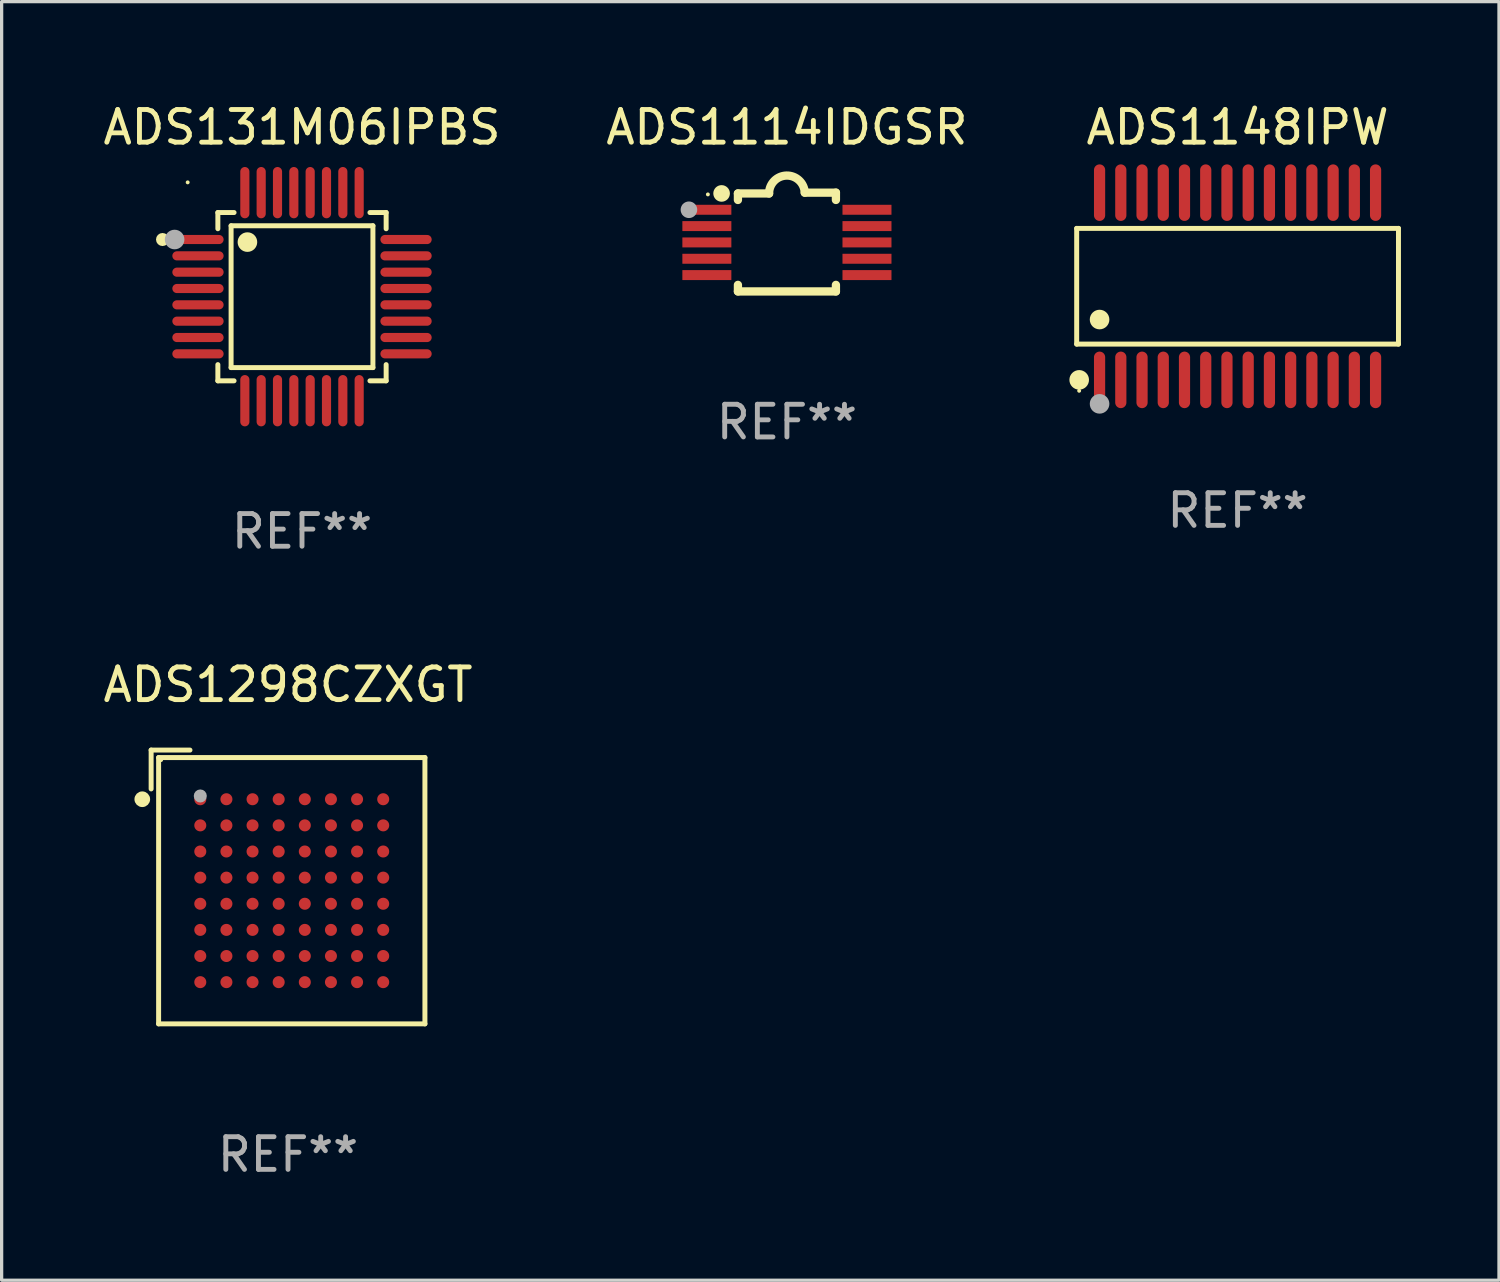
<source format=kicad_pcb>
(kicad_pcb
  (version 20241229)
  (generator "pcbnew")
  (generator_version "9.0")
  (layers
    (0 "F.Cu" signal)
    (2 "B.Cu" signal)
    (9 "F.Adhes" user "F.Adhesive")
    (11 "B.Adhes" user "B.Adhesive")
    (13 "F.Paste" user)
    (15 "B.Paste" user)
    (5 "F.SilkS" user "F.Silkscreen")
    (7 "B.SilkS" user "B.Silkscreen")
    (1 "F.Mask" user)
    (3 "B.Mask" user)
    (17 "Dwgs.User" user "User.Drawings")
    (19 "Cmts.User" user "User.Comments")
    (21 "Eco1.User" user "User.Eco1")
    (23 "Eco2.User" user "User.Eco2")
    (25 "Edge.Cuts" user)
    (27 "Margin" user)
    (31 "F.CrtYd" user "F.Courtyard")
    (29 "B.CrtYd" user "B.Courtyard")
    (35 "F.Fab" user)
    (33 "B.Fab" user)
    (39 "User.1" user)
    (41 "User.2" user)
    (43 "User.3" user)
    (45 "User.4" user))
  (footprint "ADS1114IDGSR"
    (layer "F.Cu")
    (at 21.042 4.36)
    (property "Reference" "ADS1114IDGSR" (at 0 -3.512 0) (layer "F.SilkS") (effects (font (size 1 1) (thickness 0.15))))
    (attr through_hole)
    (fp_line (start -1.5 -1.288) (end -1.5 -1.487) (stroke (width 0.254) (type solid)) (layer "F.SilkS"))
    (fp_line (start -1.5 1.512) (end -1.5 1.312) (stroke (width 0.254) (type solid)) (layer "F.SilkS"))
    (fp_line (start -0.546 -1.487) (end -1.5 -1.487) (stroke (width 0.254) (type solid)) (layer "F.SilkS"))
    (fp_line (start 1.5 -1.512) (end 0.546 -1.512) (stroke (width 0.254) (type solid)) (layer "F.SilkS"))
    (fp_line (start 1.5 -1.288) (end 1.5 -1.512) (stroke (width 0.254) (type solid)) (layer "F.SilkS"))
    (fp_line (start 1.5 1.512) (end -1.5 1.512) (stroke (width 0.254) (type solid)) (layer "F.SilkS"))
    (fp_line (start 1.5 1.512) (end 1.5 1.312) (stroke (width 0.254) (type solid)) (layer "F.SilkS"))
    (fp_arc (start -0.546151 -1.486601) (mid -0.01246 -2.032889) (end 0.54605 -1.512002) (stroke (width 0.254001) (type solid)) (layer "F.SilkS"))
    (fp_circle (center -2.42 -1.458) (end -2.39 -1.458) (stroke (width 0.06) (type solid)) (fill no) (layer "F.SilkS"))
    (fp_circle (center -2 -1.488) (end -1.873 -1.488) (stroke (width 0.254) (type solid)) (fill no) (layer "F.SilkS"))
    (fp_circle (center -3 -0.988) (end -2.873 -0.988) (stroke (width 0.254) (type solid)) (fill no) (layer "F.Fab"))
    (fp_text user "REF**" (at 0 5.512 0) (layer "F.Fab") (effects (font (size 1 1) (thickness 0.15))))
    (pad "1" smd rect (at -2.451 -0.988) (size 1.5 0.305) (layers "F.Cu" "F.Mask" "F.Paste"))
    (pad "2" smd rect (at -2.451 -0.488) (size 1.5 0.305) (layers "F.Cu" "F.Mask" "F.Paste"))
    (pad "3" smd rect (at -2.451 0.012) (size 1.5 0.305) (layers "F.Cu" "F.Mask" "F.Paste"))
    (pad "4" smd rect (at -2.451 0.512) (size 1.5 0.305) (layers "F.Cu" "F.Mask" "F.Paste"))
    (pad "5" smd rect (at -2.451 1.012) (size 1.5 0.305) (layers "F.Cu" "F.Mask" "F.Paste"))
    (pad "6" smd rect (at 2.451 1.012) (size 1.5 0.305) (layers "F.Cu" "F.Mask" "F.Paste"))
    (pad "7" smd rect (at 2.451 0.512) (size 1.5 0.305) (layers "F.Cu" "F.Mask" "F.Paste"))
    (pad "8" smd rect (at 2.451 0.012) (size 1.5 0.305) (layers "F.Cu" "F.Mask" "F.Paste"))
    (pad "9" smd rect (at 2.451 -0.488) (size 1.5 0.305) (layers "F.Cu" "F.Mask" "F.Paste"))
    (pad "10" smd rect (at 2.451 -0.988) (size 1.5 0.305) (layers "F.Cu" "F.Mask" "F.Paste")))
  (footprint "ADS1298CZXGT"
    (layer "F.Cu")
    (at 5.768 24.105)
    (property "Reference" "ADS1298CZXGT" (at 0 -6.191 0) (layer "F.SilkS") (effects (font (size 1 1) (thickness 0.15))))
    (attr through_hole)
    (fp_line (start -4.191 -4.191) (end -3.002 -4.191) (stroke (width 0.152) (type solid)) (layer "F.SilkS"))
    (fp_line (start -4.191 -3.002) (end -4.191 -4.191) (stroke (width 0.152) (type solid)) (layer "F.SilkS"))
    (fp_line (start -3.962 -3.962) (end 4.191 -3.962) (stroke (width 0.152) (type solid)) (layer "F.SilkS"))
    (fp_line (start -3.962 4.191) (end -3.962 -3.962) (stroke (width 0.152) (type solid)) (layer "F.SilkS"))
    (fp_line (start 4.191 -3.962) (end 4.191 4.191) (stroke (width 0.152) (type solid)) (layer "F.SilkS"))
    (fp_line (start 4.191 4.191) (end -3.962 4.191) (stroke (width 0.152) (type solid)) (layer "F.SilkS"))
    (fp_circle (center -4.462 -2.686) (end -4.342 -2.686) (stroke (width 0.24) (type solid)) (fill no) (layer "F.SilkS"))
    (fp_circle (center -3.886 -3.886) (end -3.856 -3.886) (stroke (width 0.06) (type solid)) (fill no) (layer "F.SilkS"))
    (fp_circle (center -2.686 -2.786) (end -2.586 -2.786) (stroke (width 0.2) (type solid)) (fill no) (layer "F.Fab"))
    (fp_text user "REF**" (at 0 8.191 0) (layer "F.Fab") (effects (font (size 1 1) (thickness 0.15))))
    (pad "A1" smd circle (at -2.686 -2.686) (size 0.368 0.368) (layers "F.Cu" "F.Mask" "F.Paste"))
    (pad "A2" smd circle (at -1.886 -2.686) (size 0.368 0.368) (layers "F.Cu" "F.Mask" "F.Paste"))
    (pad "A3" smd circle (at -1.086 -2.686) (size 0.368 0.368) (layers "F.Cu" "F.Mask" "F.Paste"))
    (pad "A4" smd circle (at -0.286 -2.686) (size 0.368 0.368) (layers "F.Cu" "F.Mask" "F.Paste"))
    (pad "A5" smd circle (at 0.514 -2.686) (size 0.368 0.368) (layers "F.Cu" "F.Mask" "F.Paste"))
    (pad "A6" smd circle (at 1.314 -2.686) (size 0.368 0.368) (layers "F.Cu" "F.Mask" "F.Paste"))
    (pad "A7" smd circle (at 2.114 -2.686) (size 0.368 0.368) (layers "F.Cu" "F.Mask" "F.Paste"))
    (pad "A8" smd circle (at 2.914 -2.686) (size 0.368 0.368) (layers "F.Cu" "F.Mask" "F.Paste"))
    (pad "B1" smd circle (at -2.686 -1.886) (size 0.368 0.368) (layers "F.Cu" "F.Mask" "F.Paste"))
    (pad "B2" smd circle (at -1.886 -1.886) (size 0.368 0.368) (layers "F.Cu" "F.Mask" "F.Paste"))
    (pad "B3" smd circle (at -1.086 -1.886) (size 0.368 0.368) (layers "F.Cu" "F.Mask" "F.Paste"))
    (pad "B4" smd circle (at -0.286 -1.886) (size 0.368 0.368) (layers "F.Cu" "F.Mask" "F.Paste"))
    (pad "B5" smd circle (at 0.514 -1.886) (size 0.368 0.368) (layers "F.Cu" "F.Mask" "F.Paste"))
    (pad "B6" smd circle (at 1.314 -1.886) (size 0.368 0.368) (layers "F.Cu" "F.Mask" "F.Paste"))
    (pad "B7" smd circle (at 2.114 -1.886) (size 0.368 0.368) (layers "F.Cu" "F.Mask" "F.Paste"))
    (pad "B8" smd circle (at 2.914 -1.886) (size 0.368 0.368) (layers "F.Cu" "F.Mask" "F.Paste"))
    (pad "C1" smd circle (at -2.686 -1.086) (size 0.368 0.368) (layers "F.Cu" "F.Mask" "F.Paste"))
    (pad "C2" smd circle (at -1.886 -1.086) (size 0.368 0.368) (layers "F.Cu" "F.Mask" "F.Paste"))
    (pad "C3" smd circle (at -1.086 -1.086) (size 0.368 0.368) (layers "F.Cu" "F.Mask" "F.Paste"))
    (pad "C4" smd circle (at -0.286 -1.086) (size 0.368 0.368) (layers "F.Cu" "F.Mask" "F.Paste"))
    (pad "C5" smd circle (at 0.514 -1.086) (size 0.368 0.368) (layers "F.Cu" "F.Mask" "F.Paste"))
    (pad "C6" smd circle (at 1.314 -1.086) (size 0.368 0.368) (layers "F.Cu" "F.Mask" "F.Paste"))
    (pad "C7" smd circle (at 2.114 -1.086) (size 0.368 0.368) (layers "F.Cu" "F.Mask" "F.Paste"))
    (pad "C8" smd circle (at 2.914 -1.086) (size 0.368 0.368) (layers "F.Cu" "F.Mask" "F.Paste"))
    (pad "D1" smd circle (at -2.686 -0.286) (size 0.368 0.368) (layers "F.Cu" "F.Mask" "F.Paste"))
    (pad "D2" smd circle (at -1.886 -0.286) (size 0.368 0.368) (layers "F.Cu" "F.Mask" "F.Paste"))
    (pad "D3" smd circle (at -1.086 -0.286) (size 0.368 0.368) (layers "F.Cu" "F.Mask" "F.Paste"))
    (pad "D4" smd circle (at -0.286 -0.286) (size 0.368 0.368) (layers "F.Cu" "F.Mask" "F.Paste"))
    (pad "D5" smd circle (at 0.514 -0.286) (size 0.368 0.368) (layers "F.Cu" "F.Mask" "F.Paste"))
    (pad "D6" smd circle (at 1.314 -0.286) (size 0.368 0.368) (layers "F.Cu" "F.Mask" "F.Paste"))
    (pad "D7" smd circle (at 2.114 -0.286) (size 0.368 0.368) (layers "F.Cu" "F.Mask" "F.Paste"))
    (pad "D8" smd circle (at 2.914 -0.286) (size 0.368 0.368) (layers "F.Cu" "F.Mask" "F.Paste"))
    (pad "E1" smd circle (at -2.686 0.514) (size 0.368 0.368) (layers "F.Cu" "F.Mask" "F.Paste"))
    (pad "E2" smd circle (at -1.886 0.514) (size 0.368 0.368) (layers "F.Cu" "F.Mask" "F.Paste"))
    (pad "E3" smd circle (at -1.086 0.514) (size 0.368 0.368) (layers "F.Cu" "F.Mask" "F.Paste"))
    (pad "E4" smd circle (at -0.286 0.514) (size 0.368 0.368) (layers "F.Cu" "F.Mask" "F.Paste"))
    (pad "E5" smd circle (at 0.514 0.514) (size 0.368 0.368) (layers "F.Cu" "F.Mask" "F.Paste"))
    (pad "E6" smd circle (at 1.314 0.514) (size 0.368 0.368) (layers "F.Cu" "F.Mask" "F.Paste"))
    (pad "E7" smd circle (at 2.114 0.514) (size 0.368 0.368) (layers "F.Cu" "F.Mask" "F.Paste"))
    (pad "E8" smd circle (at 2.914 0.514) (size 0.368 0.368) (layers "F.Cu" "F.Mask" "F.Paste"))
    (pad "F1" smd circle (at -2.686 1.314) (size 0.368 0.368) (layers "F.Cu" "F.Mask" "F.Paste"))
    (pad "F2" smd circle (at -1.886 1.314) (size 0.368 0.368) (layers "F.Cu" "F.Mask" "F.Paste"))
    (pad "F3" smd circle (at -1.086 1.314) (size 0.368 0.368) (layers "F.Cu" "F.Mask" "F.Paste"))
    (pad "F4" smd circle (at -0.286 1.314) (size 0.368 0.368) (layers "F.Cu" "F.Mask" "F.Paste"))
    (pad "F5" smd circle (at 0.514 1.314) (size 0.368 0.368) (layers "F.Cu" "F.Mask" "F.Paste"))
    (pad "F6" smd circle (at 1.314 1.314) (size 0.368 0.368) (layers "F.Cu" "F.Mask" "F.Paste"))
    (pad "F7" smd circle (at 2.114 1.314) (size 0.368 0.368) (layers "F.Cu" "F.Mask" "F.Paste"))
    (pad "F8" smd circle (at 2.914 1.314) (size 0.368 0.368) (layers "F.Cu" "F.Mask" "F.Paste"))
    (pad "G1" smd circle (at -2.686 2.114) (size 0.368 0.368) (layers "F.Cu" "F.Mask" "F.Paste"))
    (pad "G2" smd circle (at -1.886 2.114) (size 0.368 0.368) (layers "F.Cu" "F.Mask" "F.Paste"))
    (pad "G3" smd circle (at -1.086 2.114) (size 0.368 0.368) (layers "F.Cu" "F.Mask" "F.Paste"))
    (pad "G4" smd circle (at -0.286 2.114) (size 0.368 0.368) (layers "F.Cu" "F.Mask" "F.Paste"))
    (pad "G5" smd circle (at 0.514 2.114) (size 0.368 0.368) (layers "F.Cu" "F.Mask" "F.Paste"))
    (pad "G6" smd circle (at 1.314 2.114) (size 0.368 0.368) (layers "F.Cu" "F.Mask" "F.Paste"))
    (pad "G7" smd circle (at 2.114 2.114) (size 0.368 0.368) (layers "F.Cu" "F.Mask" "F.Paste"))
    (pad "G8" smd circle (at 2.914 2.114) (size 0.368 0.368) (layers "F.Cu" "F.Mask" "F.Paste"))
    (pad "H1" smd circle (at -2.686 2.914) (size 0.368 0.368) (layers "F.Cu" "F.Mask" "F.Paste"))
    (pad "H2" smd circle (at -1.886 2.914) (size 0.368 0.368) (layers "F.Cu" "F.Mask" "F.Paste"))
    (pad "H3" smd circle (at -1.086 2.914) (size 0.368 0.368) (layers "F.Cu" "F.Mask" "F.Paste"))
    (pad "H4" smd circle (at -0.286 2.914) (size 0.368 0.368) (layers "F.Cu" "F.Mask" "F.Paste"))
    (pad "H5" smd circle (at 0.514 2.914) (size 0.368 0.368) (layers "F.Cu" "F.Mask" "F.Paste"))
    (pad "H6" smd circle (at 1.314 2.914) (size 0.368 0.368) (layers "F.Cu" "F.Mask" "F.Paste"))
    (pad "H7" smd circle (at 2.114 2.914) (size 0.368 0.368) (layers "F.Cu" "F.Mask" "F.Paste"))
    (pad "H8" smd circle (at 2.914 2.914) (size 0.368 0.368) (layers "F.Cu" "F.Mask" "F.Paste")))
  (footprint "ADS131M06IPBS"
    (layer "F.Cu")
    (at 6.196 6.033)
    (property "Reference" "ADS131M06IPBS" (at 0 -5.185 0) (layer "F.SilkS") (effects (font (size 1 1) (thickness 0.15))))
    (attr through_hole)
    (fp_line (start -2.576 -2.576) (end -2.576 -2.08) (stroke (width 0.152) (type solid)) (layer "F.SilkS"))
    (fp_line (start -2.576 2.576) (end -2.576 2.08) (stroke (width 0.152) (type solid)) (layer "F.SilkS"))
    (fp_line (start -2.171 -2.171) (end 2.171 -2.171) (stroke (width 0.152) (type solid)) (layer "F.SilkS"))
    (fp_line (start -2.171 2.171) (end -2.171 -2.171) (stroke (width 0.152) (type solid)) (layer "F.SilkS"))
    (fp_line (start -2.08 -2.576) (end -2.576 -2.576) (stroke (width 0.152) (type solid)) (layer "F.SilkS"))
    (fp_line (start -2.08 2.576) (end -2.576 2.576) (stroke (width 0.152) (type solid)) (layer "F.SilkS"))
    (fp_line (start 2.08 -2.576) (end 2.576 -2.576) (stroke (width 0.152) (type solid)) (layer "F.SilkS"))
    (fp_line (start 2.08 2.576) (end 2.576 2.576) (stroke (width 0.152) (type solid)) (layer "F.SilkS"))
    (fp_line (start 2.171 -2.171) (end 2.171 2.171) (stroke (width 0.152) (type solid)) (layer "F.SilkS"))
    (fp_line (start 2.171 2.171) (end -2.171 2.171) (stroke (width 0.152) (type solid)) (layer "F.SilkS"))
    (fp_line (start 2.576 -2.576) (end 2.576 -2.08) (stroke (width 0.152) (type solid)) (layer "F.SilkS"))
    (fp_line (start 2.576 2.576) (end 2.576 2.08) (stroke (width 0.152) (type solid)) (layer "F.SilkS"))
    (fp_circle (center -4.27 -1.75) (end -4.17 -1.75) (stroke (width 0.2) (type solid)) (fill no) (layer "F.SilkS"))
    (fp_circle (center -3.5 -3.5) (end -3.47 -3.5) (stroke (width 0.06) (type solid)) (fill no) (layer "F.SilkS"))
    (fp_circle (center -1.671 -1.671) (end -1.521 -1.671) (stroke (width 0.3) (type solid)) (fill no) (layer "F.SilkS"))
    (fp_circle (center -3.9 -1.75) (end -3.75 -1.75) (stroke (width 0.3) (type solid)) (fill no) (layer "F.Fab"))
    (fp_text user "REF**" (at 0 7.185 0) (layer "F.Fab") (effects (font (size 1 1) (thickness 0.15))))
    (pad "1" smd oval (at -3.185 -1.75 270) (size 0.28 1.57) (layers "F.Cu" "F.Mask" "F.Paste"))
    (pad "2" smd oval (at -3.185 -1.25 270) (size 0.28 1.57) (layers "F.Cu" "F.Mask" "F.Paste"))
    (pad "3" smd oval (at -3.185 -0.75 270) (size 0.28 1.57) (layers "F.Cu" "F.Mask" "F.Paste"))
    (pad "4" smd oval (at -3.185 -0.25 270) (size 0.28 1.57) (layers "F.Cu" "F.Mask" "F.Paste"))
    (pad "5" smd oval (at -3.185 0.25 270) (size 0.28 1.57) (layers "F.Cu" "F.Mask" "F.Paste"))
    (pad "6" smd oval (at -3.185 0.75 270) (size 0.28 1.57) (layers "F.Cu" "F.Mask" "F.Paste"))
    (pad "7" smd oval (at -3.185 1.25 270) (size 0.28 1.57) (layers "F.Cu" "F.Mask" "F.Paste"))
    (pad "8" smd oval (at -3.185 1.75 270) (size 0.28 1.57) (layers "F.Cu" "F.Mask" "F.Paste"))
    (pad "9" smd oval (at -1.75 3.185 270) (size 1.57 0.28) (layers "F.Cu" "F.Mask" "F.Paste"))
    (pad "10" smd oval (at -1.25 3.185 270) (size 1.57 0.28) (layers "F.Cu" "F.Mask" "F.Paste"))
    (pad "11" smd oval (at -0.75 3.185 270) (size 1.57 0.28) (layers "F.Cu" "F.Mask" "F.Paste"))
    (pad "12" smd oval (at -0.25 3.185 270) (size 1.57 0.28) (layers "F.Cu" "F.Mask" "F.Paste"))
    (pad "13" smd oval (at 0.25 3.185 270) (size 1.57 0.28) (layers "F.Cu" "F.Mask" "F.Paste"))
    (pad "14" smd oval (at 0.75 3.185 270) (size 1.57 0.28) (layers "F.Cu" "F.Mask" "F.Paste"))
    (pad "15" smd oval (at 1.25 3.185 270) (size 1.57 0.28) (layers "F.Cu" "F.Mask" "F.Paste"))
    (pad "16" smd oval (at 1.75 3.185 270) (size 1.57 0.28) (layers "F.Cu" "F.Mask" "F.Paste"))
    (pad "17" smd oval (at 3.185 1.75 270) (size 0.28 1.57) (layers "F.Cu" "F.Mask" "F.Paste"))
    (pad "18" smd oval (at 3.185 1.25 270) (size 0.28 1.57) (layers "F.Cu" "F.Mask" "F.Paste"))
    (pad "19" smd oval (at 3.185 0.75 270) (size 0.28 1.57) (layers "F.Cu" "F.Mask" "F.Paste"))
    (pad "20" smd oval (at 3.185 0.25 270) (size 0.28 1.57) (layers "F.Cu" "F.Mask" "F.Paste"))
    (pad "21" smd oval (at 3.185 -0.25 270) (size 0.28 1.57) (layers "F.Cu" "F.Mask" "F.Paste"))
    (pad "22" smd oval (at 3.185 -0.75 270) (size 0.28 1.57) (layers "F.Cu" "F.Mask" "F.Paste"))
    (pad "23" smd oval (at 3.185 -1.25 270) (size 0.28 1.57) (layers "F.Cu" "F.Mask" "F.Paste"))
    (pad "24" smd oval (at 3.185 -1.75 270) (size 0.28 1.57) (layers "F.Cu" "F.Mask" "F.Paste"))
    (pad "25" smd oval (at 1.75 -3.185 270) (size 1.57 0.28) (layers "F.Cu" "F.Mask" "F.Paste"))
    (pad "26" smd oval (at 1.25 -3.185 270) (size 1.57 0.28) (layers "F.Cu" "F.Mask" "F.Paste"))
    (pad "27" smd oval (at 0.75 -3.185 270) (size 1.57 0.28) (layers "F.Cu" "F.Mask" "F.Paste"))
    (pad "28" smd oval (at 0.25 -3.185 270) (size 1.57 0.28) (layers "F.Cu" "F.Mask" "F.Paste"))
    (pad "29" smd oval (at -0.25 -3.185 270) (size 1.57 0.28) (layers "F.Cu" "F.Mask" "F.Paste"))
    (pad "30" smd oval (at -0.75 -3.185 270) (size 1.57 0.28) (layers "F.Cu" "F.Mask" "F.Paste"))
    (pad "31" smd oval (at -1.25 -3.185 270) (size 1.57 0.28) (layers "F.Cu" "F.Mask" "F.Paste"))
    (pad "32" smd oval (at -1.75 -3.185 270) (size 1.57 0.28) (layers "F.Cu" "F.Mask" "F.Paste")))
  (footprint "ADS1148IPW"
    (layer "F.Cu")
    (at 34.839 5.714)
    (property "Reference" "ADS1148IPW" (at 0 -4.866 0) (layer "F.SilkS") (effects (font (size 1 1) (thickness 0.15))))
    (attr through_hole)
    (fp_line (start -4.926 -1.772) (end 4.926 -1.772) (stroke (width 0.152) (type solid)) (layer "F.SilkS"))
    (fp_line (start -4.926 1.771) (end -4.926 -1.772) (stroke (width 0.152) (type solid)) (layer "F.SilkS"))
    (fp_line (start 4.926 -1.772) (end 4.926 1.771) (stroke (width 0.152) (type solid)) (layer "F.SilkS"))
    (fp_line (start 4.926 1.771) (end -4.926 1.771) (stroke (width 0.152) (type solid)) (layer "F.SilkS"))
    (fp_circle (center -4.85 3.2) (end -4.82 3.2) (stroke (width 0.06) (type solid)) (fill no) (layer "F.SilkS"))
    (fp_circle (center -4.849 2.866) (end -4.699 2.866) (stroke (width 0.3) (type solid)) (fill no) (layer "F.SilkS"))
    (fp_circle (center -4.225 1.019) (end -4.075 1.019) (stroke (width 0.3) (type solid)) (fill no) (layer "F.SilkS"))
    (fp_circle (center -4.225 3.6) (end -4.075 3.6) (stroke (width 0.3) (type solid)) (fill no) (layer "F.Fab"))
    (fp_text user "REF**" (at 0 6.866 0) (layer "F.Fab") (effects (font (size 1 1) (thickness 0.15))))
    (pad "1" smd oval (at -4.225 2.866) (size 0.343 1.731) (layers "F.Cu" "F.Mask" "F.Paste"))
    (pad "2" smd oval (at -3.575 2.866) (size 0.343 1.731) (layers "F.Cu" "F.Mask" "F.Paste"))
    (pad "3" smd oval (at -2.925 2.866) (size 0.343 1.731) (layers "F.Cu" "F.Mask" "F.Paste"))
    (pad "4" smd oval (at -2.275 2.866) (size 0.343 1.731) (layers "F.Cu" "F.Mask" "F.Paste"))
    (pad "5" smd oval (at -1.625 2.866) (size 0.343 1.731) (layers "F.Cu" "F.Mask" "F.Paste"))
    (pad "6" smd oval (at -0.975 2.866) (size 0.343 1.731) (layers "F.Cu" "F.Mask" "F.Paste"))
    (pad "7" smd oval (at -0.325 2.866) (size 0.343 1.731) (layers "F.Cu" "F.Mask" "F.Paste"))
    (pad "8" smd oval (at 0.325 2.866) (size 0.343 1.731) (layers "F.Cu" "F.Mask" "F.Paste"))
    (pad "9" smd oval (at 0.975 2.866) (size 0.343 1.731) (layers "F.Cu" "F.Mask" "F.Paste"))
    (pad "10" smd oval (at 1.625 2.866) (size 0.343 1.731) (layers "F.Cu" "F.Mask" "F.Paste"))
    (pad "11" smd oval (at 2.275 2.866) (size 0.343 1.731) (layers "F.Cu" "F.Mask" "F.Paste"))
    (pad "12" smd oval (at 2.925 2.866) (size 0.343 1.731) (layers "F.Cu" "F.Mask" "F.Paste"))
    (pad "13" smd oval (at 3.575 2.866) (size 0.343 1.731) (layers "F.Cu" "F.Mask" "F.Paste"))
    (pad "14" smd oval (at 4.225 2.866) (size 0.343 1.731) (layers "F.Cu" "F.Mask" "F.Paste"))
    (pad "15" smd oval (at 4.225 -2.866) (size 0.343 1.731) (layers "F.Cu" "F.Mask" "F.Paste"))
    (pad "16" smd oval (at 3.575 -2.866) (size 0.343 1.731) (layers "F.Cu" "F.Mask" "F.Paste"))
    (pad "17" smd oval (at 2.925 -2.866) (size 0.343 1.731) (layers "F.Cu" "F.Mask" "F.Paste"))
    (pad "18" smd oval (at 2.275 -2.866) (size 0.343 1.731) (layers "F.Cu" "F.Mask" "F.Paste"))
    (pad "19" smd oval (at 1.625 -2.866) (size 0.343 1.731) (layers "F.Cu" "F.Mask" "F.Paste"))
    (pad "20" smd oval (at 0.975 -2.866) (size 0.343 1.731) (layers "F.Cu" "F.Mask" "F.Paste"))
    (pad "21" smd oval (at 0.325 -2.866) (size 0.343 1.731) (layers "F.Cu" "F.Mask" "F.Paste"))
    (pad "22" smd oval (at -0.325 -2.866) (size 0.343 1.731) (layers "F.Cu" "F.Mask" "F.Paste"))
    (pad "23" smd oval (at -0.975 -2.866) (size 0.343 1.731) (layers "F.Cu" "F.Mask" "F.Paste"))
    (pad "24" smd oval (at -1.625 -2.866) (size 0.343 1.731) (layers "F.Cu" "F.Mask" "F.Paste"))
    (pad "25" smd oval (at -2.275 -2.866) (size 0.343 1.731) (layers "F.Cu" "F.Mask" "F.Paste"))
    (pad "26" smd oval (at -2.925 -2.866) (size 0.343 1.731) (layers "F.Cu" "F.Mask" "F.Paste"))
    (pad "27" smd oval (at -3.575 -2.866) (size 0.343 1.731) (layers "F.Cu" "F.Mask" "F.Paste"))
    (pad "28" smd oval (at -4.225 -2.866) (size 0.343 1.731) (layers "F.Cu" "F.Mask" "F.Paste")))
  (gr_rect
    (start -3 -3)
    (end 42.842 36.144)
    (stroke (width 0.1) (type default))
    (fill no)
    (layer "Edge.Cuts")))
</source>
